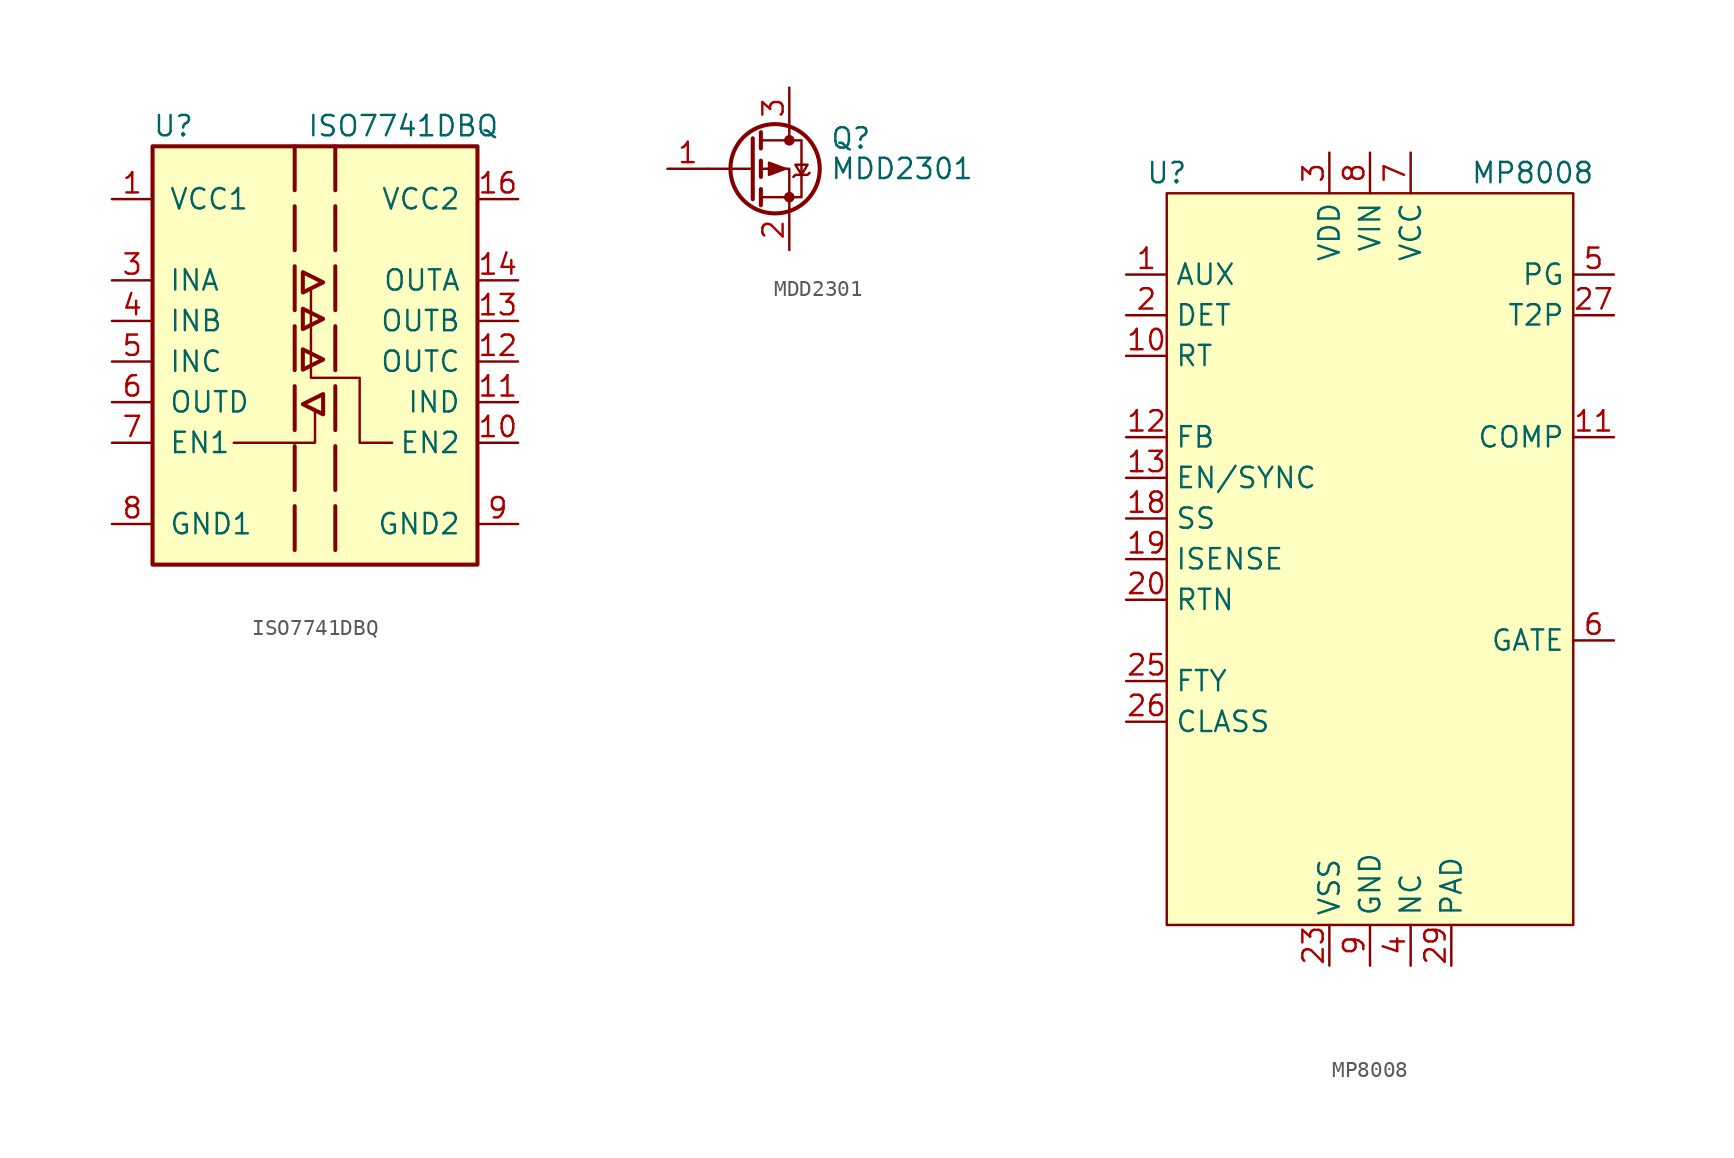
<source format=kicad_sym>
(kicad_symbol_lib
  (version 20241209)
  (generator "kicad_symbol_editor")
  (generator_version "9.0")
  (symbol "ISO7741DBQ"
    (pin_names
      (offset 1.016))
    (property "Reference" "U"
      (at -10.16 14.732 0)
      (effects (font (size 1.27 1.27)) (justify left)))
    (property "Value" "ISO7741DBQ"
      (at -0.508 14.732 0)
      (effects (font (size 1.27 1.27)) (justify left)))
    (symbol "ISO7741DBQ_0_1"
      (rectangle (start -10.16 13.462) (end 10.16 -12.7) (stroke (width 0.254) (type default)) (fill (type background)))
      (polyline (pts (xy -0.762 5.588) (xy -0.762 4.318) (xy 0.508 4.953) (xy -0.762 5.588)) (stroke (width 0.254) (type default)) (fill (type none)))
      (polyline (pts (xy -0.762 3.302) (xy -0.762 2.032) (xy 0.508 2.667) (xy -0.762 3.302)) (stroke (width 0.254) (type default)) (fill (type background)))
      (polyline (pts (xy -0.762 0.762) (xy -0.762 -0.508) (xy 0.508 0.127) (xy -0.762 0.762)) (stroke (width 0.254) (type default)) (fill (type background)))
      (polyline (pts (xy 0.508 -2.032) (xy 0.508 -3.302) (xy -0.762 -2.667) (xy 0.508 -2.032)) (stroke (width 0.254) (type default)) (fill (type none))))
    (symbol "ISO7741DBQ_1_1"
      (polyline (pts (xy -5.08 -5.08) (xy 0 -5.08) (xy 0 -3.048)) (stroke (width 0) (type default)) (fill (type none)))
      (polyline (pts (xy -1.27 13.462) (xy -1.27 -12.7)) (stroke (width 0.25) (type dash)) (fill (type none)))
      (polyline (pts (xy 1.27 13.462) (xy 1.27 -12.7)) (stroke (width 0.25) (type dash)) (fill (type none)))
      (polyline (pts (xy 4.826 -5.08) (xy 2.794 -5.08) (xy 2.794 -1.016) (xy -0.254 -1.016) (xy -0.254 4.572)) (stroke (width 0) (type default)) (fill (type none)))
      (pin power_in line (at -12.7 10.16 0) (length 2.54) (name "VCC1" (effects (font (size 1.27 1.27)))) (number "1" (effects (font (size 1.27 1.27)))))
      (pin input line (at -12.7 5.08 0) (length 2.54) (name "INA" (effects (font (size 1.27 1.27)))) (number "3" (effects (font (size 1.27 1.27)))))
      (pin input line (at -12.7 2.54 0) (length 2.54) (name "INB" (effects (font (size 1.27 1.27)))) (number "4" (effects (font (size 1.27 1.27)))))
      (pin input line (at -12.7 0 0) (length 2.54) (name "INC" (effects (font (size 1.27 1.27)))) (number "5" (effects (font (size 1.27 1.27)))))
      (pin output line (at -12.7 -2.54 0) (length 2.54) (name "OUTD" (effects (font (size 1.27 1.27)))) (number "6" (effects (font (size 1.27 1.27)))))
      (pin input line (at -12.7 -5.08 0) (length 2.54) (name "EN1" (effects (font (size 1.27 1.27)))) (number "7" (effects (font (size 1.27 1.27)))))
      (pin passive line (at -12.7 -10.16 0) (length 2.54) (hide yes) (name "GND1" (effects (font (size 1.27 1.27)))) (number "2" (effects (font (size 1.27 1.27)))))
      (pin power_in line (at -12.7 -10.16 0) (length 2.54) (name "GND1" (effects (font (size 1.27 1.27)))) (number "8" (effects (font (size 1.27 1.27)))))
      (pin power_in line (at 12.7 10.16 180) (length 2.54) (name "VCC2" (effects (font (size 1.27 1.27)))) (number "16" (effects (font (size 1.27 1.27)))))
      (pin output line (at 12.7 5.08 180) (length 2.54) (name "OUTA" (effects (font (size 1.27 1.27)))) (number "14" (effects (font (size 1.27 1.27)))))
      (pin output line (at 12.7 2.54 180) (length 2.54) (name "OUTB" (effects (font (size 1.27 1.27)))) (number "13" (effects (font (size 1.27 1.27)))))
      (pin output line (at 12.7 0 180) (length 2.54) (name "OUTC" (effects (font (size 1.27 1.27)))) (number "12" (effects (font (size 1.27 1.27)))))
      (pin input line (at 12.7 -2.54 180) (length 2.54) (name "IND" (effects (font (size 1.27 1.27)))) (number "11" (effects (font (size 1.27 1.27)))))
      (pin input line (at 12.7 -5.08 180) (length 2.54) (name "EN2" (effects (font (size 1.27 1.27)))) (number "10" (effects (font (size 1.27 1.27)))))
      (pin passive line (at 12.7 -10.16 180) (length 2.54) (hide yes) (name "GND2" (effects (font (size 1.27 1.27)))) (number "15" (effects (font (size 1.27 1.27)))))
      (pin power_in line (at 12.7 -10.16 180) (length 2.54) (name "GND2" (effects (font (size 1.27 1.27)))) (number "9" (effects (font (size 1.27 1.27)))))))
  (symbol "MDD2301"
    (pin_names
      (hide yes))
    (property "Reference" "Q"
      (at 5.08 1.905 0)
      (effects (font (size 1.27 1.27)) (justify left)))
    (property "Value" "MDD2301"
      (at 5.08 0 0)
      (effects (font (size 1.27 1.27)) (justify left)))
    (symbol "MDD2301_0_1"
      (polyline (pts (xy 0.254 1.905) (xy 0.254 -1.905)) (stroke (width 0.254) (type default)) (fill (type none)))
      (polyline (pts (xy 0.254 0) (xy -2.54 0)) (stroke (width 0) (type default)) (fill (type none)))
      (polyline (pts (xy 0.762 2.286) (xy 0.762 1.27)) (stroke (width 0.254) (type default)) (fill (type none)))
      (polyline (pts (xy 0.762 1.778) (xy 3.302 1.778) (xy 3.302 -1.778) (xy 0.762 -1.778)) (stroke (width 0) (type default)) (fill (type none)))
      (polyline (pts (xy 0.762 0.508) (xy 0.762 -0.508)) (stroke (width 0.254) (type default)) (fill (type none)))
      (polyline (pts (xy 0.762 -1.27) (xy 0.762 -2.286)) (stroke (width 0.254) (type default)) (fill (type none)))
      (circle (center 1.651 0) (radius 2.794) (stroke (width 0.254) (type default)) (fill (type none)))
      (polyline (pts (xy 2.286 0) (xy 1.27 0.381) (xy 1.27 -0.381) (xy 2.286 0)) (stroke (width 0) (type default)) (fill (type outline)))
      (polyline (pts (xy 2.54 2.54) (xy 2.54 1.778)) (stroke (width 0) (type default)) (fill (type none)))
      (circle (center 2.54 1.778) (radius 0.254) (stroke (width 0) (type default)) (fill (type outline)))
      (circle (center 2.54 -1.778) (radius 0.254) (stroke (width 0) (type default)) (fill (type outline)))
      (polyline (pts (xy 2.54 -2.54) (xy 2.54 0) (xy 0.762 0)) (stroke (width 0) (type default)) (fill (type none)))
      (polyline (pts (xy 2.794 -0.508) (xy 2.921 -0.381) (xy 3.683 -0.381) (xy 3.81 -0.254)) (stroke (width 0) (type default)) (fill (type none)))
      (polyline (pts (xy 3.302 -0.381) (xy 2.921 0.254) (xy 3.683 0.254) (xy 3.302 -0.381)) (stroke (width 0) (type default)) (fill (type none))))
    (symbol "MDD2301_1_1"
      (pin input line (at -5.08 0 0) (length 2.54) (name "G" (effects (font (size 1.27 1.27)))) (number "1" (effects (font (size 1.27 1.27)))))
      (pin passive line (at 2.54 5.08 270) (length 2.54) (name "D" (effects (font (size 1.27 1.27)))) (number "3" (effects (font (size 1.27 1.27)))))
      (pin passive line (at 2.54 -5.08 90) (length 2.54) (name "S" (effects (font (size 1.27 1.27)))) (number "2" (effects (font (size 1.27 1.27)))))))
  (symbol "MP8008"
    (property "Reference" "U"
      (at -12.7 24.13 0)
      (effects (font (size 1.27 1.27))))
    (property "Value" "MP8008"
      (at 10.16 24.13 0)
      (effects (font (size 1.27 1.27))))
    (symbol "MP8008_0_0"
      (pin power_in line (at 5.08 -25.4 90) (length 2.54) (name "PAD" (effects (font (size 1.27 1.27)))) (number "29" (effects (font (size 1.27 1.27))))))
    (symbol "MP8008_0_1"
      (rectangle (start -12.7 22.86) (end 12.7 -22.86) (stroke (width 0.152) (type default)) (fill (type background))))
    (symbol "MP8008_1_1"
      (pin input line (at -15.24 17.78 0) (length 2.54) (name "AUX" (effects (font (size 1.27 1.27)))) (number "1" (effects (font (size 1.27 1.27)))))
      (pin input line (at -15.24 15.24 0) (length 2.54) (name "DET" (effects (font (size 1.27 1.27)))) (number "2" (effects (font (size 1.27 1.27)))))
      (pin input line (at -15.24 12.7 0) (length 2.54) (name "RT" (effects (font (size 1.27 1.27)))) (number "10" (effects (font (size 1.27 1.27)))))
      (pin input line (at -15.24 7.62 0) (length 2.54) (name "FB" (effects (font (size 1.27 1.27)))) (number "12" (effects (font (size 1.27 1.27)))))
      (pin input line (at -15.24 5.08 0) (length 2.54) (name "EN/SYNC" (effects (font (size 1.27 1.27)))) (number "13" (effects (font (size 1.27 1.27)))))
      (pin input line (at -15.24 2.54 0) (length 2.54) (name "SS" (effects (font (size 1.27 1.27)))) (number "18" (effects (font (size 1.27 1.27)))))
      (pin input line (at -15.24 0 0) (length 2.54) (name "ISENSE" (effects (font (size 1.27 1.27)))) (number "19" (effects (font (size 1.27 1.27)))))
      (pin input line (at -15.24 -2.54 0) (length 2.54) (name "RTN" (effects (font (size 1.27 1.27)))) (number "20" (effects (font (size 1.27 1.27)))))
      (pin input line (at -15.24 -2.54 0) (length 2.54) (hide yes) (name "RTN" (effects (font (size 1.27 1.27)))) (number "21" (effects (font (size 1.27 1.27)))))
      (pin input line (at -15.24 -7.62 0) (length 2.54) (name "FTY" (effects (font (size 1.27 1.27)))) (number "25" (effects (font (size 1.27 1.27)))))
      (pin input line (at -15.24 -10.16 0) (length 2.54) (name "CLASS" (effects (font (size 1.27 1.27)))) (number "26" (effects (font (size 1.27 1.27)))))
      (pin power_in line (at -2.54 25.4 270) (length 2.54) (name "VDD" (effects (font (size 1.27 1.27)))) (number "3" (effects (font (size 1.27 1.27)))))
      (pin power_in line (at -2.54 -25.4 90) (length 2.54) (name "VSS" (effects (font (size 1.27 1.27)))) (number "23" (effects (font (size 1.27 1.27)))))
      (pin passive line (at -2.54 -25.4 90) (length 2.54) (hide yes) (name "VSS" (effects (font (size 1.27 1.27)))) (number "24" (effects (font (size 1.27 1.27)))))
      (pin power_in line (at 0 25.4 270) (length 2.54) (name "VIN" (effects (font (size 1.27 1.27)))) (number "8" (effects (font (size 1.27 1.27)))))
      (pin power_in line (at 0 -25.4 90) (length 2.54) (name "GND" (effects (font (size 1.27 1.27)))) (number "9" (effects (font (size 1.27 1.27)))))
      (pin power_out line (at 2.54 25.4 270) (length 2.54) (name "VCC" (effects (font (size 1.27 1.27)))) (number "7" (effects (font (size 1.27 1.27)))))
      (pin passive line (at 2.54 -25.4 90) (length 2.54) (hide yes) (name "NC" (effects (font (size 1.27 1.27)))) (number "14" (effects (font (size 1.27 1.27)))))
      (pin passive line (at 2.54 -25.4 90) (length 2.54) (hide yes) (name "NC" (effects (font (size 1.27 1.27)))) (number "15" (effects (font (size 1.27 1.27)))))
      (pin passive line (at 2.54 -25.4 90) (length 2.54) (hide yes) (name "NC" (effects (font (size 1.27 1.27)))) (number "16" (effects (font (size 1.27 1.27)))))
      (pin passive line (at 2.54 -25.4 90) (length 2.54) (hide yes) (name "NC" (effects (font (size 1.27 1.27)))) (number "17" (effects (font (size 1.27 1.27)))))
      (pin passive line (at 2.54 -25.4 90) (length 2.54) (hide yes) (name "NC" (effects (font (size 1.27 1.27)))) (number "22" (effects (font (size 1.27 1.27)))))
      (pin passive line (at 2.54 -25.4 90) (length 2.54) (hide yes) (name "NC" (effects (font (size 1.27 1.27)))) (number "28" (effects (font (size 1.27 1.27)))))
      (pin passive line (at 2.54 -25.4 90) (length 2.54) (name "NC" (effects (font (size 1.27 1.27)))) (number "4" (effects (font (size 1.27 1.27)))))
      (pin output line (at 15.24 17.78 180) (length 2.54) (name "PG" (effects (font (size 1.27 1.27)))) (number "5" (effects (font (size 1.27 1.27)))))
      (pin output line (at 15.24 15.24 180) (length 2.54) (name "T2P" (effects (font (size 1.27 1.27)))) (number "27" (effects (font (size 1.27 1.27)))))
      (pin bidirectional line (at 15.24 7.62 180) (length 2.54) (name "COMP" (effects (font (size 1.27 1.27)))) (number "11" (effects (font (size 1.27 1.27)))))
      (pin output line (at 15.24 -5.08 180) (length 2.54) (name "GATE" (effects (font (size 1.27 1.27)))) (number "6" (effects (font (size 1.27 1.27))))))))
</source>
